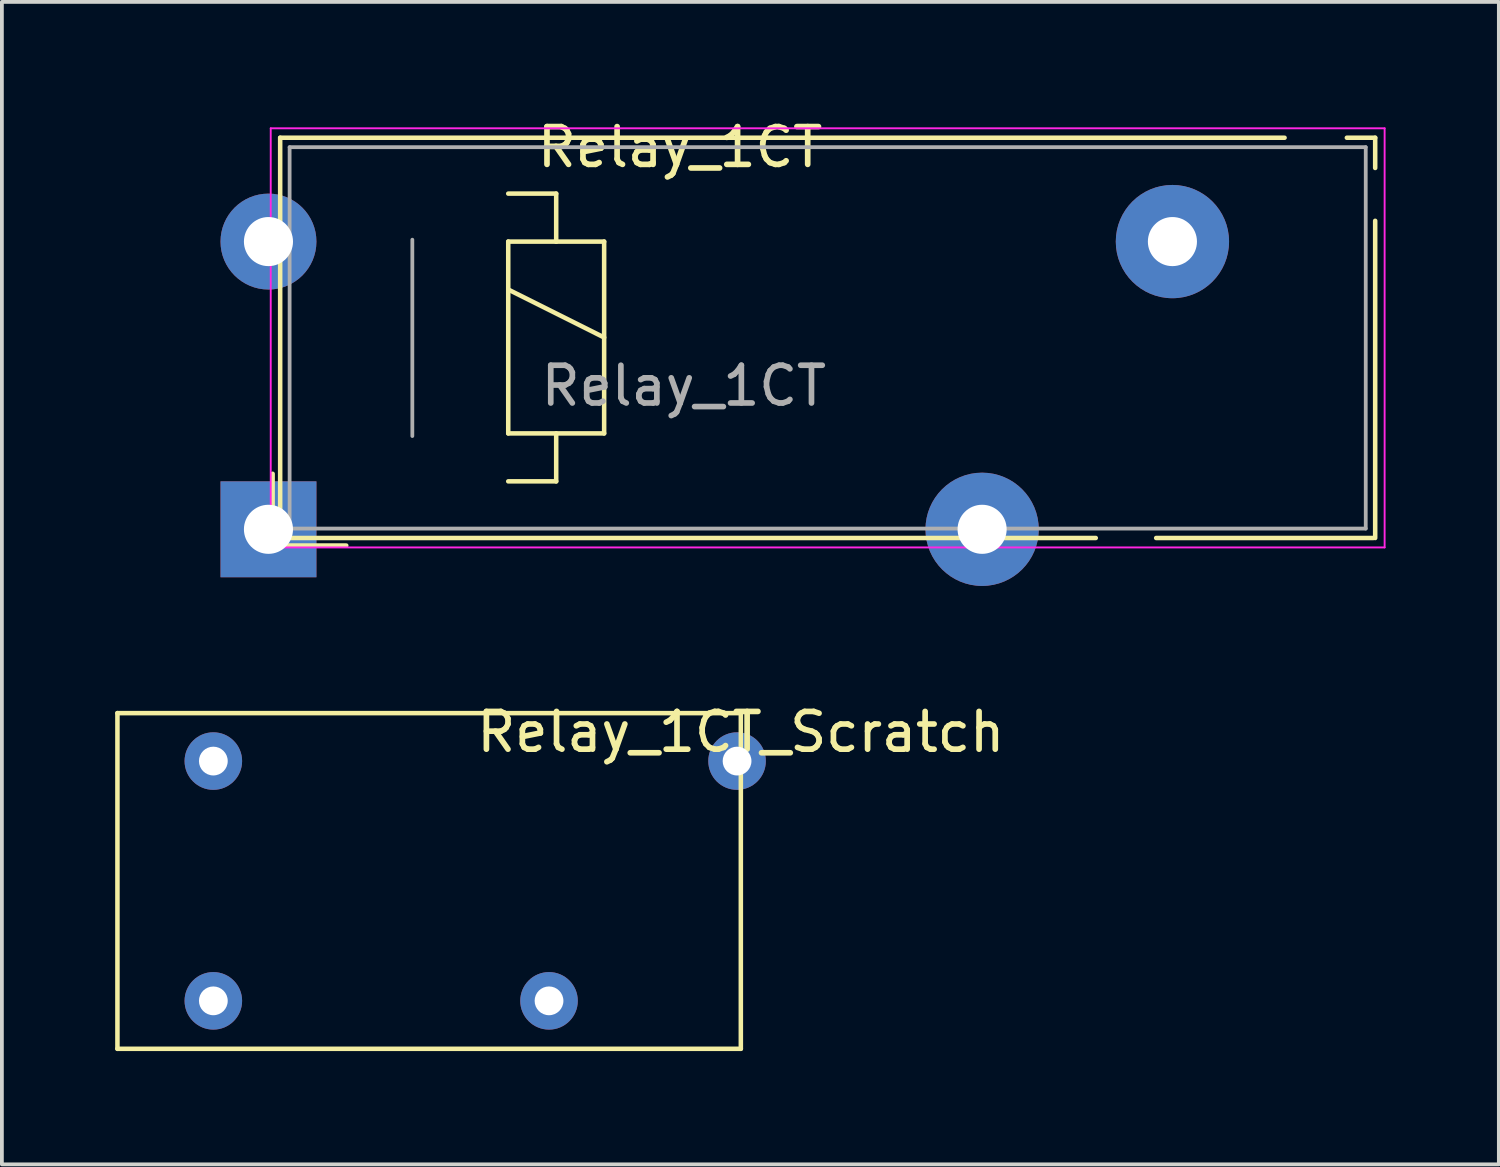
<source format=kicad_pcb>
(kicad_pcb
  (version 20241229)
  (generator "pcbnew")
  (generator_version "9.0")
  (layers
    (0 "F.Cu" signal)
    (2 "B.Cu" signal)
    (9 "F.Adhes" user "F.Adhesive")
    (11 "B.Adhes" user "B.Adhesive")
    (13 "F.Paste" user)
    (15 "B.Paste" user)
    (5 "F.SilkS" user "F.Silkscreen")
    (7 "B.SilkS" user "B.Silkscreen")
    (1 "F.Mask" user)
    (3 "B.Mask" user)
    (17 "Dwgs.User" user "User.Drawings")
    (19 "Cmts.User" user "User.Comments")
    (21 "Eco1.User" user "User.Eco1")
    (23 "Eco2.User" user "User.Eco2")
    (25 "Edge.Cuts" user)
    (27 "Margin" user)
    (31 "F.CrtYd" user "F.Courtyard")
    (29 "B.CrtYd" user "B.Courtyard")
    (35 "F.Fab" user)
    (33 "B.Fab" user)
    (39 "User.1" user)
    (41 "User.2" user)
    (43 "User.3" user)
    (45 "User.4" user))
  (footprint "Relay_1CT_Scratch"
    (layer "F.Cu")
    (at 16.57 15.836)
    (property "Reference" "Relay_1CT_Scratch" (at 0 0.5 0) (layer "F.SilkS") (effects (font (size 1 1) (thickness 0.15))))
    (attr through_hole)
    (fp_line (start -16.51 0) (end 0 0) (stroke (width 0.12) (type solid)) (layer "F.SilkS"))
    (fp_line (start -16.51 8.89) (end -16.51 0) (stroke (width 0.12) (type solid)) (layer "F.SilkS"))
    (fp_line (start 0 0) (end 0 8.89) (stroke (width 0.12) (type solid)) (layer "F.SilkS"))
    (fp_line (start 0 8.89) (end -16.51 8.89) (stroke (width 0.12) (type solid)) (layer "F.SilkS"))
    (pad "b1" thru_hole circle (at -13.97 7.62) (size 1.524 1.524) (drill 0.762) (layers "*.Cu" "*.Mask"))
    (pad "b2" thru_hole circle (at -13.97 1.27) (size 1.524 1.524) (drill 0.762) (layers "*.Cu" "*.Mask"))
    (pad "c1" thru_hole circle (at -5.08 7.62) (size 1.524 1.524) (drill 0.762) (layers "*.Cu" "*.Mask"))
    (pad "c2" thru_hole circle (at -0.1 1.27) (size 1.524 1.524) (drill 0.762) (layers "*.Cu" "*.Mask")))
  (footprint "Relay_1CT"
    (layer "F.Cu")
    (at 0.25 12.238)
    (property "Reference" "Relay_1CT" (at 14.71 -11.39 0) (layer "F.SilkS") (effects (font (size 1 1) (thickness 0.15))))
    (attr through_hole)
    (fp_line (start 3.92 -0.84) (end 3.92 -2.74) (stroke (width 0.12) (type solid)) (layer "F.SilkS"))
    (fp_line (start 4.12 -11.64) (end 30.72 -11.64) (stroke (width 0.12) (type solid)) (layer "F.SilkS"))
    (fp_line (start 4.12 -1.04) (end 4.12 -11.64) (stroke (width 0.12) (type solid)) (layer "F.SilkS"))
    (fp_line (start 5.87 -0.84) (end 3.92 -0.84) (stroke (width 0.12) (type solid)) (layer "F.SilkS"))
    (fp_line (start 10.16 -10.16) (end 11.43 -10.16) (stroke (width 0.12) (type solid)) (layer "F.SilkS"))
    (fp_line (start 10.16 -8.89) (end 11.43 -8.89) (stroke (width 0.12) (type solid)) (layer "F.SilkS"))
    (fp_line (start 10.16 -7.62) (end 12.7 -6.35) (stroke (width 0.12) (type solid)) (layer "F.SilkS"))
    (fp_line (start 10.16 -3.81) (end 10.16 -8.89) (stroke (width 0.12) (type solid)) (layer "F.SilkS"))
    (fp_line (start 11.43 -10.16) (end 11.43 -8.89) (stroke (width 0.12) (type solid)) (layer "F.SilkS"))
    (fp_line (start 11.43 -8.89) (end 12.7 -8.89) (stroke (width 0.12) (type solid)) (layer "F.SilkS"))
    (fp_line (start 11.43 -3.81) (end 11.43 -2.54) (stroke (width 0.12) (type solid)) (layer "F.SilkS"))
    (fp_line (start 11.43 -2.54) (end 10.16 -2.54) (stroke (width 0.12) (type solid)) (layer "F.SilkS"))
    (fp_line (start 12.7 -8.89) (end 12.7 -3.81) (stroke (width 0.12) (type solid)) (layer "F.SilkS"))
    (fp_line (start 12.7 -3.81) (end 10.16 -3.81) (stroke (width 0.12) (type solid)) (layer "F.SilkS"))
    (fp_line (start 25.72 -1.04) (end 4.12 -1.04) (stroke (width 0.12) (type solid)) (layer "F.SilkS"))
    (fp_line (start 32.37 -11.64) (end 33.12 -11.64) (stroke (width 0.12) (type solid)) (layer "F.SilkS"))
    (fp_line (start 33.07 -1.04) (end 27.32 -1.04) (stroke (width 0.12) (type solid)) (layer "F.SilkS"))
    (fp_line (start 33.12 -11.64) (end 33.12 -10.84) (stroke (width 0.12) (type solid)) (layer "F.SilkS"))
    (fp_line (start 33.12 -9.44) (end 33.12 -1.04) (stroke (width 0.12) (type solid)) (layer "F.SilkS"))
    (fp_line (start 3.87 -11.89) (end 3.87 -0.79) (stroke (width 0.05) (type solid)) (layer "F.CrtYd"))
    (fp_line (start 3.87 -0.79) (end 33.37 -0.79) (stroke (width 0.05) (type solid)) (layer "F.CrtYd"))
    (fp_line (start 33.37 -11.89) (end 3.87 -11.89) (stroke (width 0.05) (type solid)) (layer "F.CrtYd"))
    (fp_line (start 33.37 -0.79) (end 33.37 -11.89) (stroke (width 0.05) (type solid)) (layer "F.CrtYd"))
    (fp_line (start 4.37 -11.39) (end 32.87 -11.39) (stroke (width 0.1) (type solid)) (layer "F.Fab"))
    (fp_line (start 4.37 -1.29) (end 4.37 -11.39) (stroke (width 0.1) (type solid)) (layer "F.Fab"))
    (fp_line (start 7.62 -8.94) (end 7.62 -3.74) (stroke (width 0.1) (type solid)) (layer "F.Fab"))
    (fp_line (start 32.87 -11.39) (end 32.87 -1.29) (stroke (width 0.1) (type solid)) (layer "F.Fab"))
    (fp_line (start 32.87 -1.29) (end 4.37 -1.29) (stroke (width 0.1) (type solid)) (layer "F.Fab"))
    (fp_text user "${REFERENCE}" (at 14.81 -5.07 0) (layer "F.Fab") (effects (font (size 1 1) (thickness 0.15))))
    (pad "b1" thru_hole rect (at 3.81 -1.27) (size 2.54 2.54) (drill 1.3) (layers "*.Cu" "*.Mask"))
    (pad "b2" thru_hole circle (at 3.81 -8.89) (size 2.54 2.54) (drill 1.3) (layers "*.Cu" "*.Mask"))
    (pad "c1" thru_hole circle (at 22.71 -1.27) (size 3 3) (drill 1.3) (layers "*.Cu" "*.Mask"))
    (pad "c2" thru_hole circle (at 27.75 -8.89) (size 3 3) (drill 1.3) (layers "*.Cu" "*.Mask")))
  (gr_rect
    (start -3 -3)
    (end 36.645 27.787)
    (stroke (width 0.1) (type default))
    (fill no)
    (layer "Edge.Cuts")))
</source>
